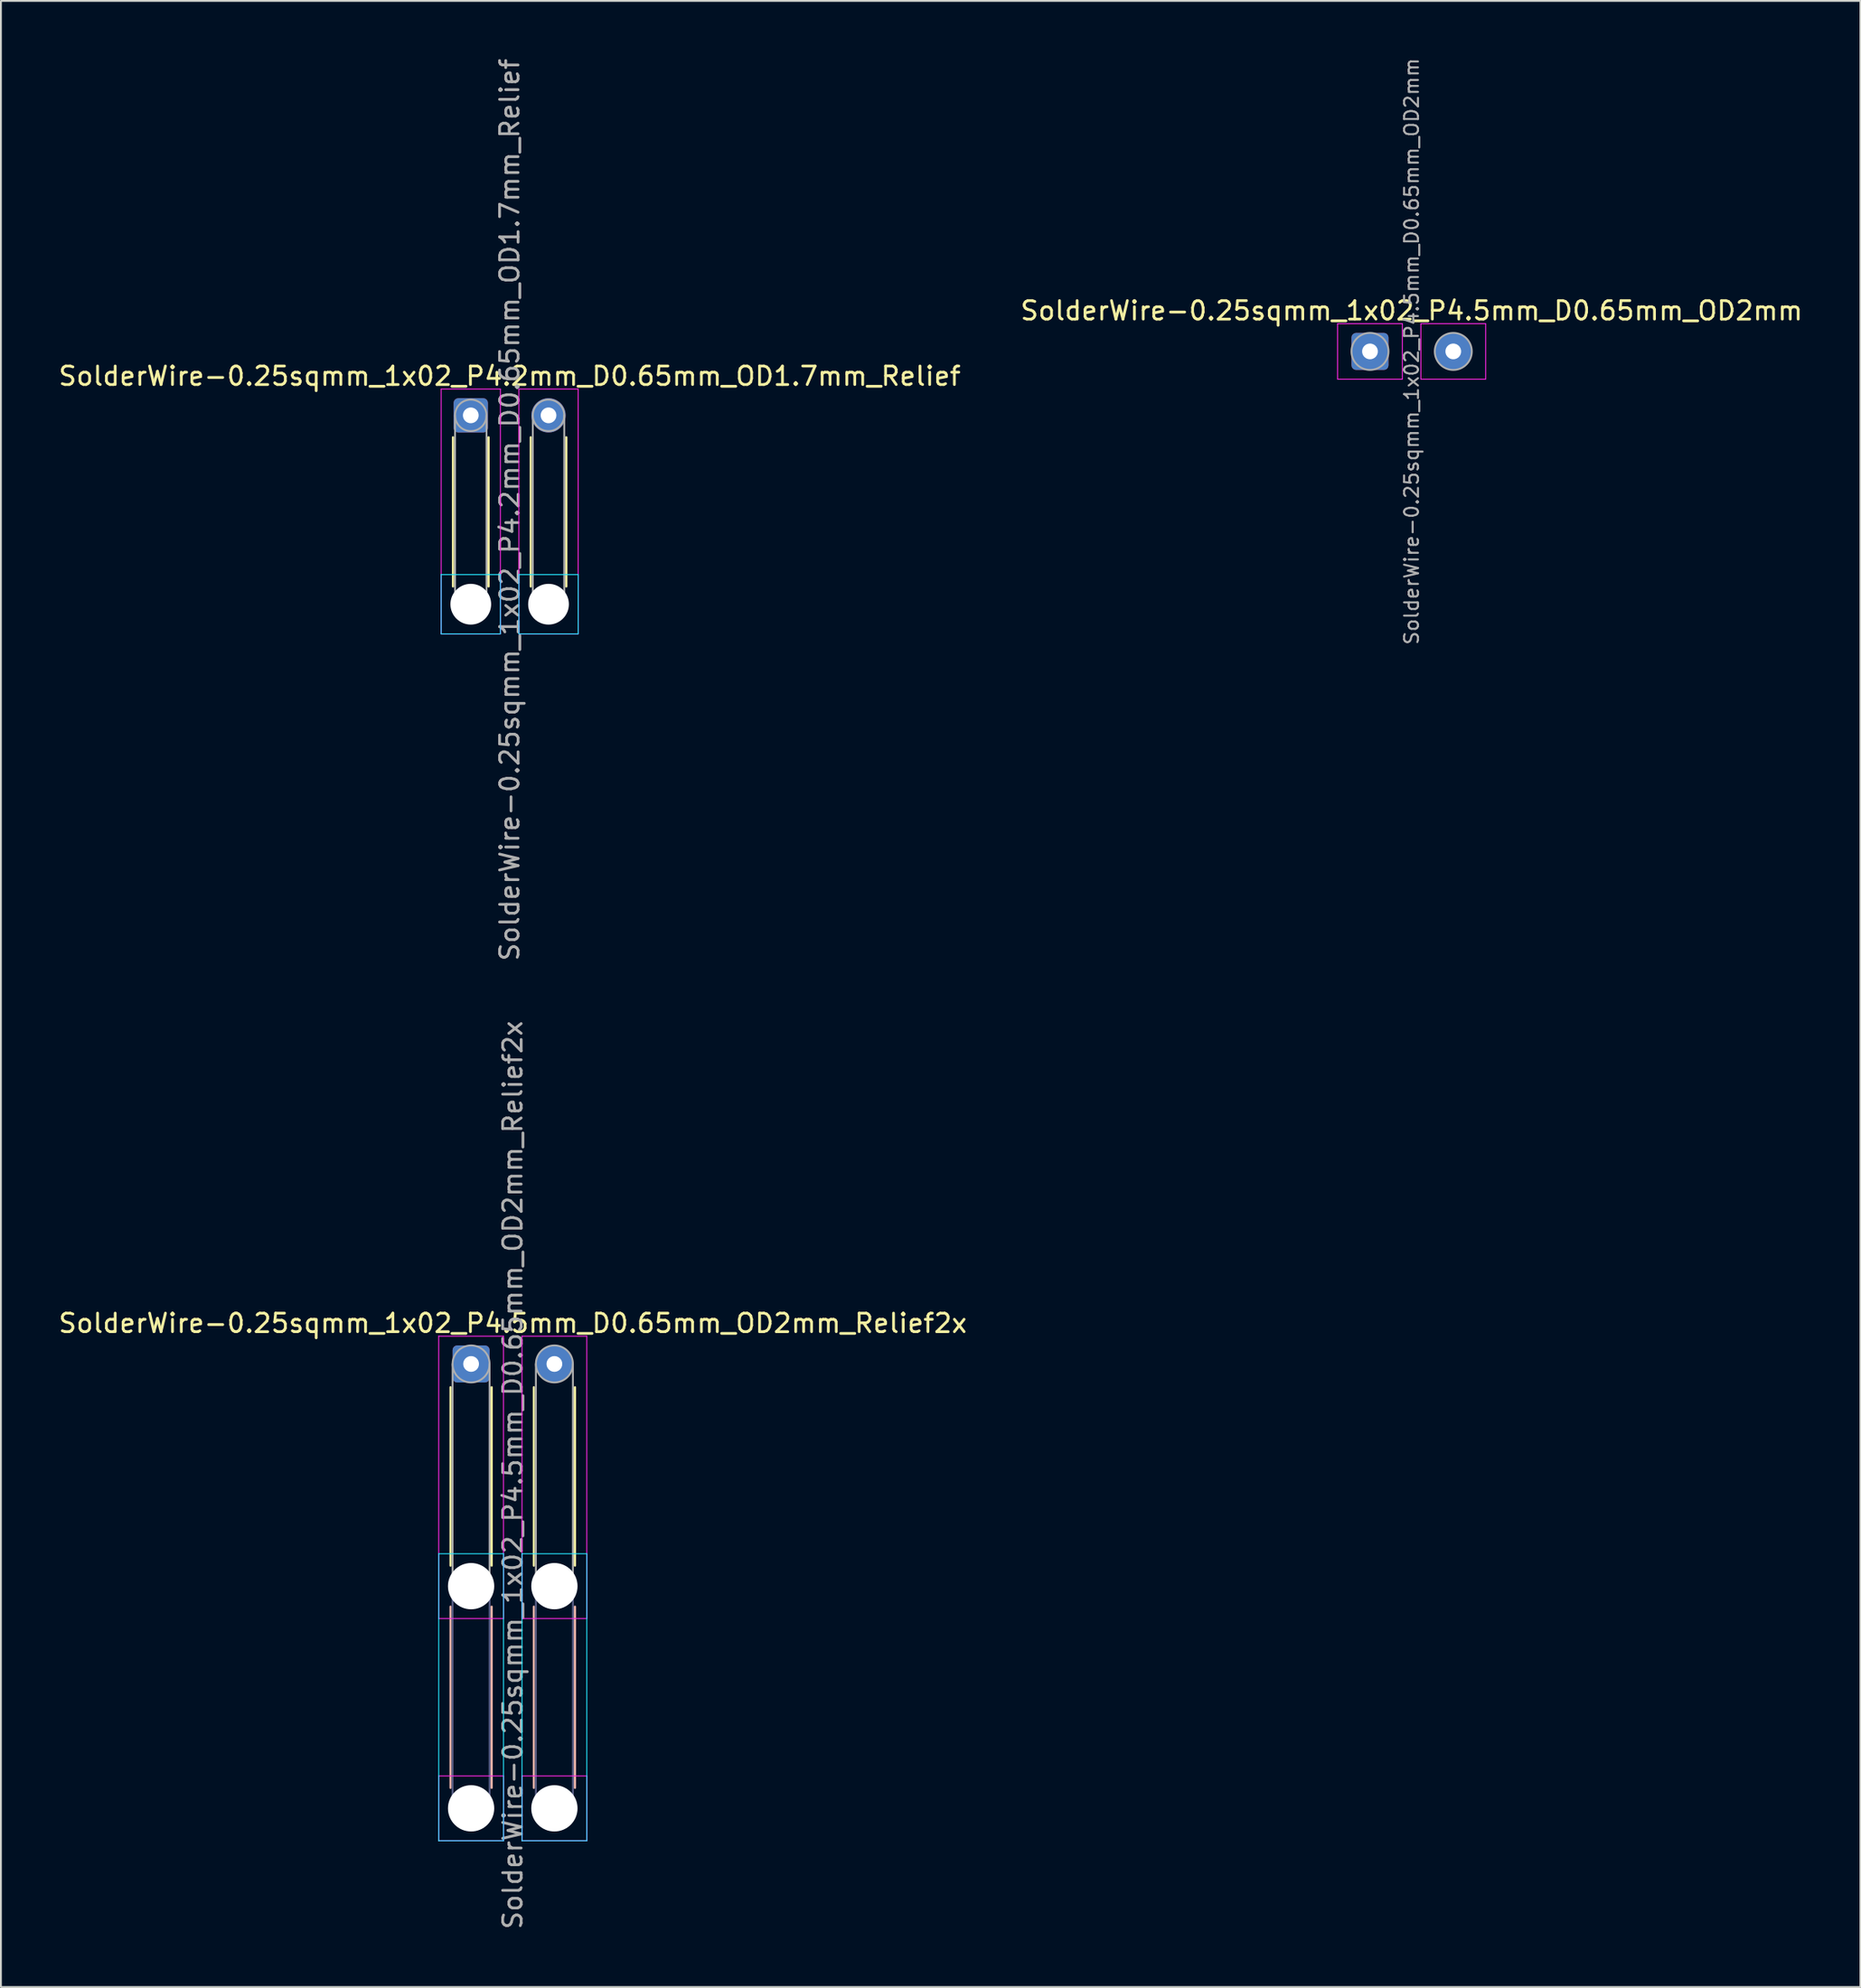
<source format=kicad_pcb>
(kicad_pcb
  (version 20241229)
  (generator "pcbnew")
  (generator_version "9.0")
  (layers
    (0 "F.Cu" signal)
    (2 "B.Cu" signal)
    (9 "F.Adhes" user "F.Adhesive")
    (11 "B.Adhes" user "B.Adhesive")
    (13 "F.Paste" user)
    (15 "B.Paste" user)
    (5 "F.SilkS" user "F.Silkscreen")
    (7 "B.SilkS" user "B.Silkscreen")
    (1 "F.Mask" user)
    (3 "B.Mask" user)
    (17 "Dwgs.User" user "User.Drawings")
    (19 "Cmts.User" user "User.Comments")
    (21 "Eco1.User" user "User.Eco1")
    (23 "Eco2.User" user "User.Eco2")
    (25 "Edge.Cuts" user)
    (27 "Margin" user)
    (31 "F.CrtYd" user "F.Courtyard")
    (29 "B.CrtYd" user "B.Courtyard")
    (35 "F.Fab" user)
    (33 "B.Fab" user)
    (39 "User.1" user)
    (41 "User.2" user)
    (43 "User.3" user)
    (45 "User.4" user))
  (footprint "SolderWire-0.25sqmm_1x02_P4.5mm_D0.65mm_OD2mm_Relief2x"
    (layer "F.Cu")
    (at 22.399 70.613)
    (property "Reference" "SolderWire-0.25sqmm_1x02_P4.5mm_D0.65mm_OD2mm_Relief2x" (at 2.25 -2.2 0) (layer "F.SilkS") (effects (font (size 1 1) (thickness 0.15))))
    (attr exclude_from_pos_files exclude_from_bom)
    (fp_line (start -1.11 1.26) (end -1.11 10.89) (stroke (width 0.12) (type solid)) (layer "F.SilkS"))
    (fp_line (start 1.11 1.26) (end 1.11 10.89) (stroke (width 0.12) (type solid)) (layer "F.SilkS"))
    (fp_line (start 3.39 1.26) (end 3.39 10.89) (stroke (width 0.12) (type solid)) (layer "F.SilkS"))
    (fp_line (start 5.61 1.26) (end 5.61 10.89) (stroke (width 0.12) (type solid)) (layer "F.SilkS"))
    (fp_line (start -1.11 13.11) (end -1.11 22.89) (stroke (width 0.12) (type solid)) (layer "B.SilkS"))
    (fp_line (start 1.11 13.11) (end 1.11 22.89) (stroke (width 0.12) (type solid)) (layer "B.SilkS"))
    (fp_line (start 3.39 13.11) (end 3.39 22.89) (stroke (width 0.12) (type solid)) (layer "B.SilkS"))
    (fp_line (start 5.61 13.11) (end 5.61 22.89) (stroke (width 0.12) (type solid)) (layer "B.SilkS"))
    (fp_line (start -1.75 10.25) (end -1.75 25.75) (stroke (width 0.05) (type solid)) (layer "B.CrtYd"))
    (fp_line (start -1.75 25.75) (end 1.75 25.75) (stroke (width 0.05) (type solid)) (layer "B.CrtYd"))
    (fp_line (start 1.75 10.25) (end -1.75 10.25) (stroke (width 0.05) (type solid)) (layer "B.CrtYd"))
    (fp_line (start 1.75 25.75) (end 1.75 10.25) (stroke (width 0.05) (type solid)) (layer "B.CrtYd"))
    (fp_line (start 2.75 10.25) (end 2.75 25.75) (stroke (width 0.05) (type solid)) (layer "B.CrtYd"))
    (fp_line (start 2.75 25.75) (end 6.25 25.75) (stroke (width 0.05) (type solid)) (layer "B.CrtYd"))
    (fp_line (start 6.25 10.25) (end 2.75 10.25) (stroke (width 0.05) (type solid)) (layer "B.CrtYd"))
    (fp_line (start 6.25 25.75) (end 6.25 10.25) (stroke (width 0.05) (type solid)) (layer "B.CrtYd"))
    (fp_line (start -1.75 -1.5) (end -1.75 13.75) (stroke (width 0.05) (type solid)) (layer "F.CrtYd"))
    (fp_line (start -1.75 13.75) (end 1.75 13.75) (stroke (width 0.05) (type solid)) (layer "F.CrtYd"))
    (fp_line (start -1.75 22.25) (end -1.75 25.75) (stroke (width 0.05) (type solid)) (layer "F.CrtYd"))
    (fp_line (start -1.75 25.75) (end 1.75 25.75) (stroke (width 0.05) (type solid)) (layer "F.CrtYd"))
    (fp_line (start 1.75 -1.5) (end -1.75 -1.5) (stroke (width 0.05) (type solid)) (layer "F.CrtYd"))
    (fp_line (start 1.75 13.75) (end 1.75 -1.5) (stroke (width 0.05) (type solid)) (layer "F.CrtYd"))
    (fp_line (start 1.75 22.25) (end -1.75 22.25) (stroke (width 0.05) (type solid)) (layer "F.CrtYd"))
    (fp_line (start 1.75 25.75) (end 1.75 22.25) (stroke (width 0.05) (type solid)) (layer "F.CrtYd"))
    (fp_line (start 2.75 -1.5) (end 2.75 13.75) (stroke (width 0.05) (type solid)) (layer "F.CrtYd"))
    (fp_line (start 2.75 13.75) (end 6.25 13.75) (stroke (width 0.05) (type solid)) (layer "F.CrtYd"))
    (fp_line (start 2.75 22.25) (end 2.75 25.75) (stroke (width 0.05) (type solid)) (layer "F.CrtYd"))
    (fp_line (start 2.75 25.75) (end 6.25 25.75) (stroke (width 0.05) (type solid)) (layer "F.CrtYd"))
    (fp_line (start 6.25 -1.5) (end 2.75 -1.5) (stroke (width 0.05) (type solid)) (layer "F.CrtYd"))
    (fp_line (start 6.25 13.75) (end 6.25 -1.5) (stroke (width 0.05) (type solid)) (layer "F.CrtYd"))
    (fp_line (start 6.25 22.25) (end 2.75 22.25) (stroke (width 0.05) (type solid)) (layer "F.CrtYd"))
    (fp_line (start 6.25 25.75) (end 6.25 22.25) (stroke (width 0.05) (type solid)) (layer "F.CrtYd"))
    (fp_line (start -1 12) (end -1 24) (stroke (width 0.1) (type solid)) (layer "B.Fab"))
    (fp_line (start 1 12) (end 1 24) (stroke (width 0.1) (type solid)) (layer "B.Fab"))
    (fp_line (start 3.5 12) (end 3.5 24) (stroke (width 0.1) (type solid)) (layer "B.Fab"))
    (fp_line (start 5.5 12) (end 5.5 24) (stroke (width 0.1) (type solid)) (layer "B.Fab"))
    (fp_circle (center 0 12) (end 1 12) (stroke (width 0.1) (type solid)) (fill no) (layer "B.Fab"))
    (fp_circle (center 0 24) (end 1 24) (stroke (width 0.1) (type solid)) (fill no) (layer "B.Fab"))
    (fp_circle (center 4.5 12) (end 5.5 12) (stroke (width 0.1) (type solid)) (fill no) (layer "B.Fab"))
    (fp_circle (center 4.5 24) (end 5.5 24) (stroke (width 0.1) (type solid)) (fill no) (layer "B.Fab"))
    (fp_line (start -1 0) (end -1 12) (stroke (width 0.1) (type solid)) (layer "F.Fab"))
    (fp_line (start 1 0) (end 1 12) (stroke (width 0.1) (type solid)) (layer "F.Fab"))
    (fp_line (start 3.5 0) (end 3.5 12) (stroke (width 0.1) (type solid)) (layer "F.Fab"))
    (fp_line (start 5.5 0) (end 5.5 12) (stroke (width 0.1) (type solid)) (layer "F.Fab"))
    (fp_circle (center 0 0) (end 1 0) (stroke (width 0.1) (type solid)) (fill no) (layer "F.Fab"))
    (fp_circle (center 0 12) (end 1 12) (stroke (width 0.1) (type solid)) (fill no) (layer "F.Fab"))
    (fp_circle (center 0 24) (end 1 24) (stroke (width 0.1) (type solid)) (fill no) (layer "F.Fab"))
    (fp_circle (center 4.5 0) (end 5.5 0) (stroke (width 0.1) (type solid)) (fill no) (layer "F.Fab"))
    (fp_circle (center 4.5 12) (end 5.5 12) (stroke (width 0.1) (type solid)) (fill no) (layer "F.Fab"))
    (fp_circle (center 4.5 24) (end 5.5 24) (stroke (width 0.1) (type solid)) (fill no) (layer "F.Fab"))
    (fp_text user "${REFERENCE}" (at 2.25 6 90) (layer "F.Fab") (effects (font (size 1 1) (thickness 0.15))))
    (pad "" np_thru_hole circle (at 0 12) (size 2.5 2.5) (drill 2.5) (layers "*.Cu" "*.Mask"))
    (pad "" np_thru_hole circle (at 0 24) (size 2.5 2.5) (drill 2.5) (layers "*.Cu" "*.Mask"))
    (pad "" np_thru_hole circle (at 4.5 12) (size 2.5 2.5) (drill 2.5) (layers "*.Cu" "*.Mask"))
    (pad "" np_thru_hole circle (at 4.5 24) (size 2.5 2.5) (drill 2.5) (layers "*.Cu" "*.Mask"))
    (pad "1" thru_hole roundrect (at 0 0) (size 2 2) (drill 0.85) (layers "*.Cu" "*.Mask") (roundrect_rratio 0.125))
    (pad "2" thru_hole circle (at 4.5 0) (size 2 2) (drill 0.85) (layers "*.Cu" "*.Mask")))
  (footprint "SolderWire-0.25sqmm_1x02_P4.5mm_D0.65mm_OD2mm"
    (layer "F.Cu")
    (at 70.958 15.929)
    (property "Reference" "SolderWire-0.25sqmm_1x02_P4.5mm_D0.65mm_OD2mm" (at 2.25 -2.2 0) (layer "F.SilkS") (effects (font (size 1 1) (thickness 0.15))))
    (attr exclude_from_pos_files exclude_from_bom)
    (fp_line (start -1.75 -1.5) (end -1.75 1.5) (stroke (width 0.05) (type solid)) (layer "F.CrtYd"))
    (fp_line (start -1.75 1.5) (end 1.75 1.5) (stroke (width 0.05) (type solid)) (layer "F.CrtYd"))
    (fp_line (start 1.75 -1.5) (end -1.75 -1.5) (stroke (width 0.05) (type solid)) (layer "F.CrtYd"))
    (fp_line (start 1.75 1.5) (end 1.75 -1.5) (stroke (width 0.05) (type solid)) (layer "F.CrtYd"))
    (fp_line (start 2.75 -1.5) (end 2.75 1.5) (stroke (width 0.05) (type solid)) (layer "F.CrtYd"))
    (fp_line (start 2.75 1.5) (end 6.25 1.5) (stroke (width 0.05) (type solid)) (layer "F.CrtYd"))
    (fp_line (start 6.25 -1.5) (end 2.75 -1.5) (stroke (width 0.05) (type solid)) (layer "F.CrtYd"))
    (fp_line (start 6.25 1.5) (end 6.25 -1.5) (stroke (width 0.05) (type solid)) (layer "F.CrtYd"))
    (fp_circle (center 0 0) (end 1 0) (stroke (width 0.1) (type solid)) (fill no) (layer "F.Fab"))
    (fp_circle (center 4.5 0) (end 5.5 0) (stroke (width 0.1) (type solid)) (fill no) (layer "F.Fab"))
    (fp_text user "${REFERENCE}" (at 2.25 0 90) (layer "F.Fab") (effects (font (size 0.75 0.75) (thickness 0.11))))
    (pad "1" thru_hole roundrect (at 0 0) (size 2 2) (drill 0.85) (layers "*.Cu" "*.Mask") (roundrect_rratio 0.125))
    (pad "2" thru_hole circle (at 4.5 0) (size 2 2) (drill 0.85) (layers "*.Cu" "*.Mask")))
  (footprint "SolderWire-0.25sqmm_1x02_P4.2mm_D0.65mm_OD1.7mm_Relief"
    (layer "F.Cu")
    (at 22.382 19.382)
    (property "Reference" "SolderWire-0.25sqmm_1x02_P4.2mm_D0.65mm_OD1.7mm_Relief" (at 2.1 -2.12 0) (layer "F.SilkS") (effects (font (size 1 1) (thickness 0.15))))
    (attr exclude_from_pos_files exclude_from_bom)
    (fp_line (start -0.96 1.185) (end -0.96 9.24) (stroke (width 0.12) (type solid)) (layer "F.SilkS"))
    (fp_line (start 0.96 1.185) (end 0.96 9.24) (stroke (width 0.12) (type solid)) (layer "F.SilkS"))
    (fp_line (start 3.24 1.185) (end 3.24 9.24) (stroke (width 0.12) (type solid)) (layer "F.SilkS"))
    (fp_line (start 5.16 1.185) (end 5.16 9.24) (stroke (width 0.12) (type solid)) (layer "F.SilkS"))
    (fp_line (start -1.6 8.6) (end -1.6 11.8) (stroke (width 0.05) (type solid)) (layer "B.CrtYd"))
    (fp_line (start -1.6 11.8) (end 1.6 11.8) (stroke (width 0.05) (type solid)) (layer "B.CrtYd"))
    (fp_line (start 1.6 8.6) (end -1.6 8.6) (stroke (width 0.05) (type solid)) (layer "B.CrtYd"))
    (fp_line (start 1.6 11.8) (end 1.6 8.6) (stroke (width 0.05) (type solid)) (layer "B.CrtYd"))
    (fp_line (start 2.6 8.6) (end 2.6 11.8) (stroke (width 0.05) (type solid)) (layer "B.CrtYd"))
    (fp_line (start 2.6 11.8) (end 5.8 11.8) (stroke (width 0.05) (type solid)) (layer "B.CrtYd"))
    (fp_line (start 5.8 8.6) (end 2.6 8.6) (stroke (width 0.05) (type solid)) (layer "B.CrtYd"))
    (fp_line (start 5.8 11.8) (end 5.8 8.6) (stroke (width 0.05) (type solid)) (layer "B.CrtYd"))
    (fp_line (start -1.6 -1.42) (end -1.6 11.8) (stroke (width 0.05) (type solid)) (layer "F.CrtYd"))
    (fp_line (start -1.6 11.8) (end 1.6 11.8) (stroke (width 0.05) (type solid)) (layer "F.CrtYd"))
    (fp_line (start 1.6 -1.42) (end -1.6 -1.42) (stroke (width 0.05) (type solid)) (layer "F.CrtYd"))
    (fp_line (start 1.6 11.8) (end 1.6 -1.42) (stroke (width 0.05) (type solid)) (layer "F.CrtYd"))
    (fp_line (start 2.6 -1.42) (end 2.6 11.8) (stroke (width 0.05) (type solid)) (layer "F.CrtYd"))
    (fp_line (start 2.6 11.8) (end 5.8 11.8) (stroke (width 0.05) (type solid)) (layer "F.CrtYd"))
    (fp_line (start 5.8 -1.42) (end 2.6 -1.42) (stroke (width 0.05) (type solid)) (layer "F.CrtYd"))
    (fp_line (start 5.8 11.8) (end 5.8 -1.42) (stroke (width 0.05) (type solid)) (layer "F.CrtYd"))
    (fp_line (start -0.85 0) (end -0.85 10.2) (stroke (width 0.1) (type solid)) (layer "F.Fab"))
    (fp_line (start 0.85 0) (end 0.85 10.2) (stroke (width 0.1) (type solid)) (layer "F.Fab"))
    (fp_line (start 3.35 0) (end 3.35 10.2) (stroke (width 0.1) (type solid)) (layer "F.Fab"))
    (fp_line (start 5.05 0) (end 5.05 10.2) (stroke (width 0.1) (type solid)) (layer "F.Fab"))
    (fp_circle (center 0 0) (end 0.85 0) (stroke (width 0.1) (type solid)) (fill no) (layer "F.Fab"))
    (fp_circle (center 0 10.2) (end 0.85 10.2) (stroke (width 0.1) (type solid)) (fill no) (layer "F.Fab"))
    (fp_circle (center 4.2 0) (end 5.05 0) (stroke (width 0.1) (type solid)) (fill no) (layer "F.Fab"))
    (fp_circle (center 4.2 10.2) (end 5.05 10.2) (stroke (width 0.1) (type solid)) (fill no) (layer "F.Fab"))
    (fp_text user "${REFERENCE}" (at 2.1 5.1 90) (layer "F.Fab") (effects (font (size 1 1) (thickness 0.15))))
    (pad "" np_thru_hole circle (at 0 10.2) (size 2.2 2.2) (drill 2.2) (layers "*.Cu" "*.Mask"))
    (pad "" np_thru_hole circle (at 4.2 10.2) (size 2.2 2.2) (drill 2.2) (layers "*.Cu" "*.Mask"))
    (pad "1" thru_hole roundrect (at 0 0) (size 1.85 1.85) (drill 0.85) (layers "*.Cu" "*.Mask") (roundrect_rratio 0.135))
    (pad "2" thru_hole circle (at 4.2 0) (size 1.85 1.85) (drill 0.85) (layers "*.Cu" "*.Mask")))
  (gr_rect
    (start -3 -3)
    (end 97.452 104.262)
    (stroke (width 0.1) (type default))
    (fill no)
    (layer "Edge.Cuts")))
</source>
